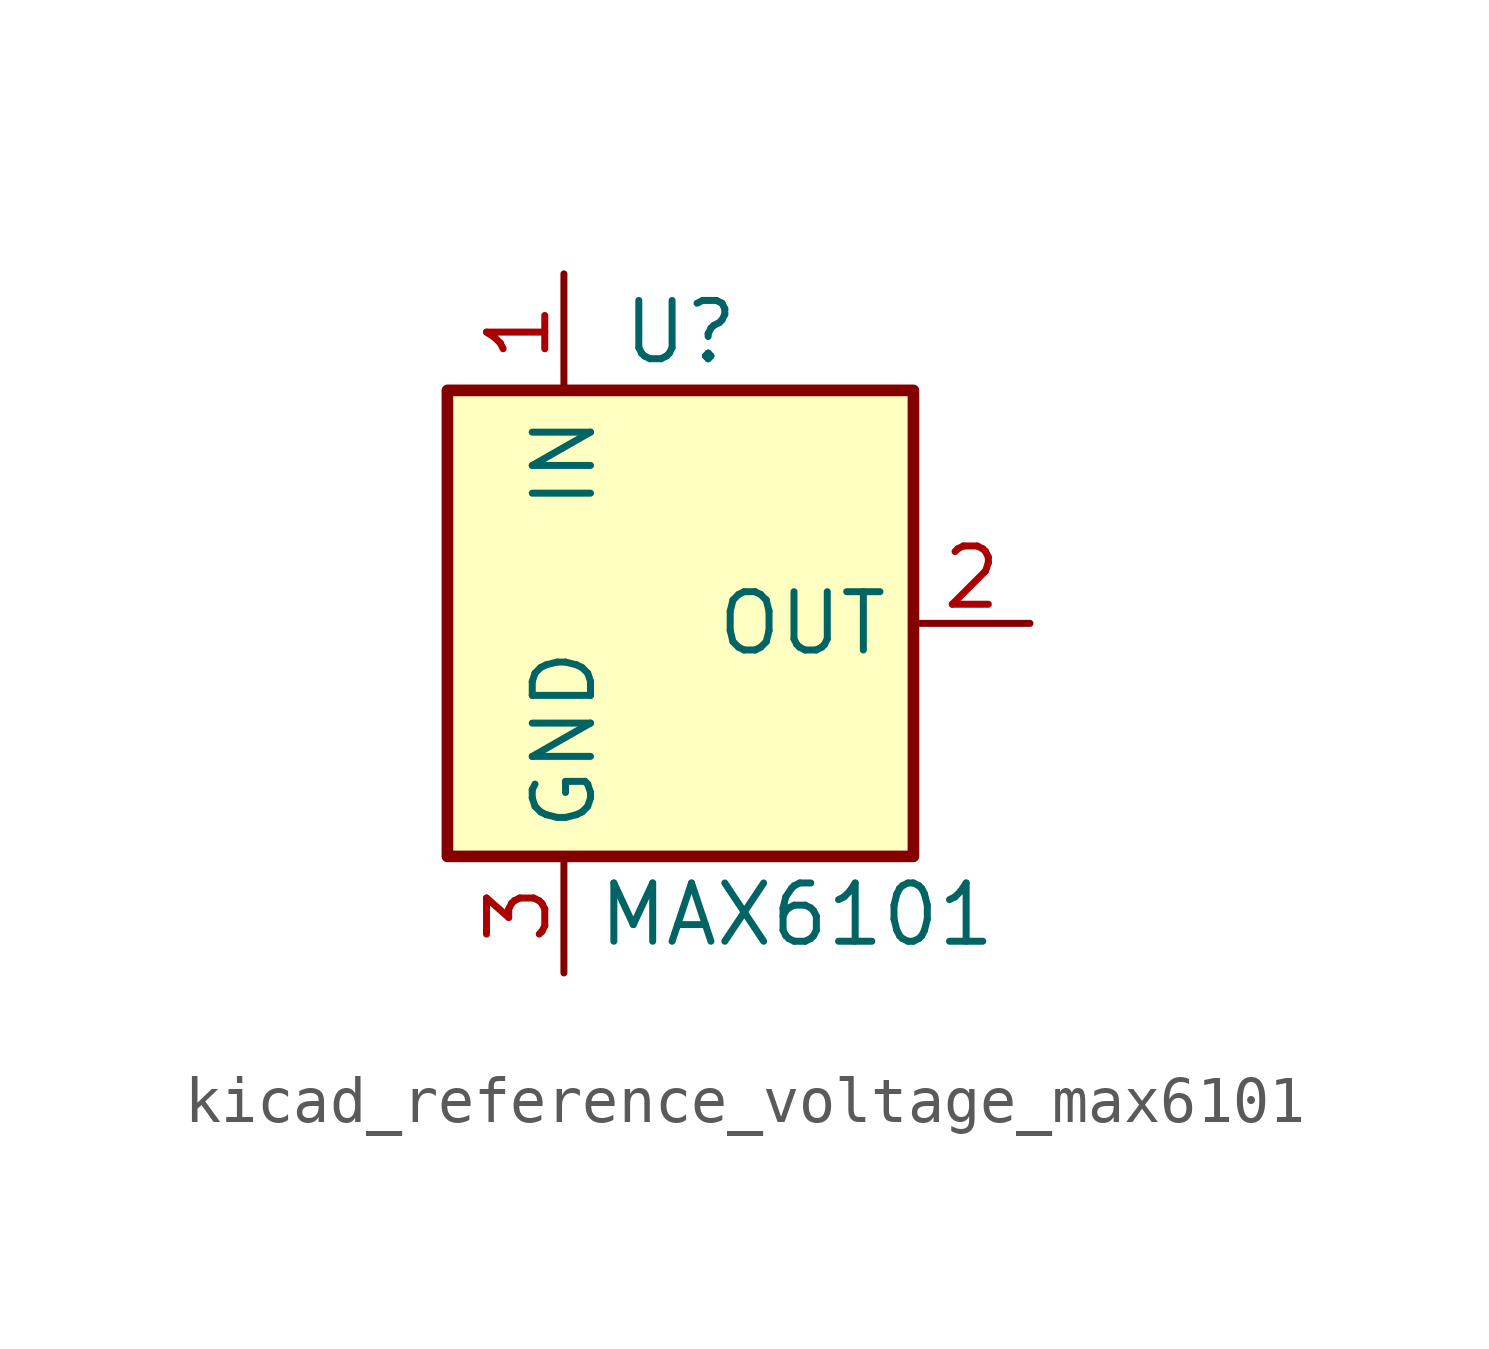
<source format=kicad_sym>
(kicad_symbol_lib
  (version 20220914)
  (generator kicad_symbol_editor)
  (symbol "kicad_reference_voltage_max6101"
    (property "Reference" "U"
      (at 0 6.35 0)
      (effects (font (size 1.27 1.27))))
    (property "Value" "MAX6101"
      (at 2.54 -6.35 0)
      (effects (font (size 1.27 1.27))))
    (symbol "kicad_reference_voltage_max6101_0_1"
      (rectangle (start -5.08 5.08) (end 5.08 -5.08) (stroke (width 0.254) (type default)) (fill (type background))))
    (symbol "kicad_reference_voltage_max6101_1_1"
      (pin power_in line (at -2.54 7.62 270) (length 2.54) (name "IN" (effects (font (size 1.27 1.27)))) (number "1" (effects (font (size 1.27 1.27)))))
      (pin power_out line (at 7.62 0 180) (length 2.54) (name "OUT" (effects (font (size 1.27 1.27)))) (number "2" (effects (font (size 1.27 1.27)))))
      (pin power_in line (at -2.54 -7.62 90) (length 2.54) (name "GND" (effects (font (size 1.27 1.27)))) (number "3" (effects (font (size 1.27 1.27))))))))
</source>
